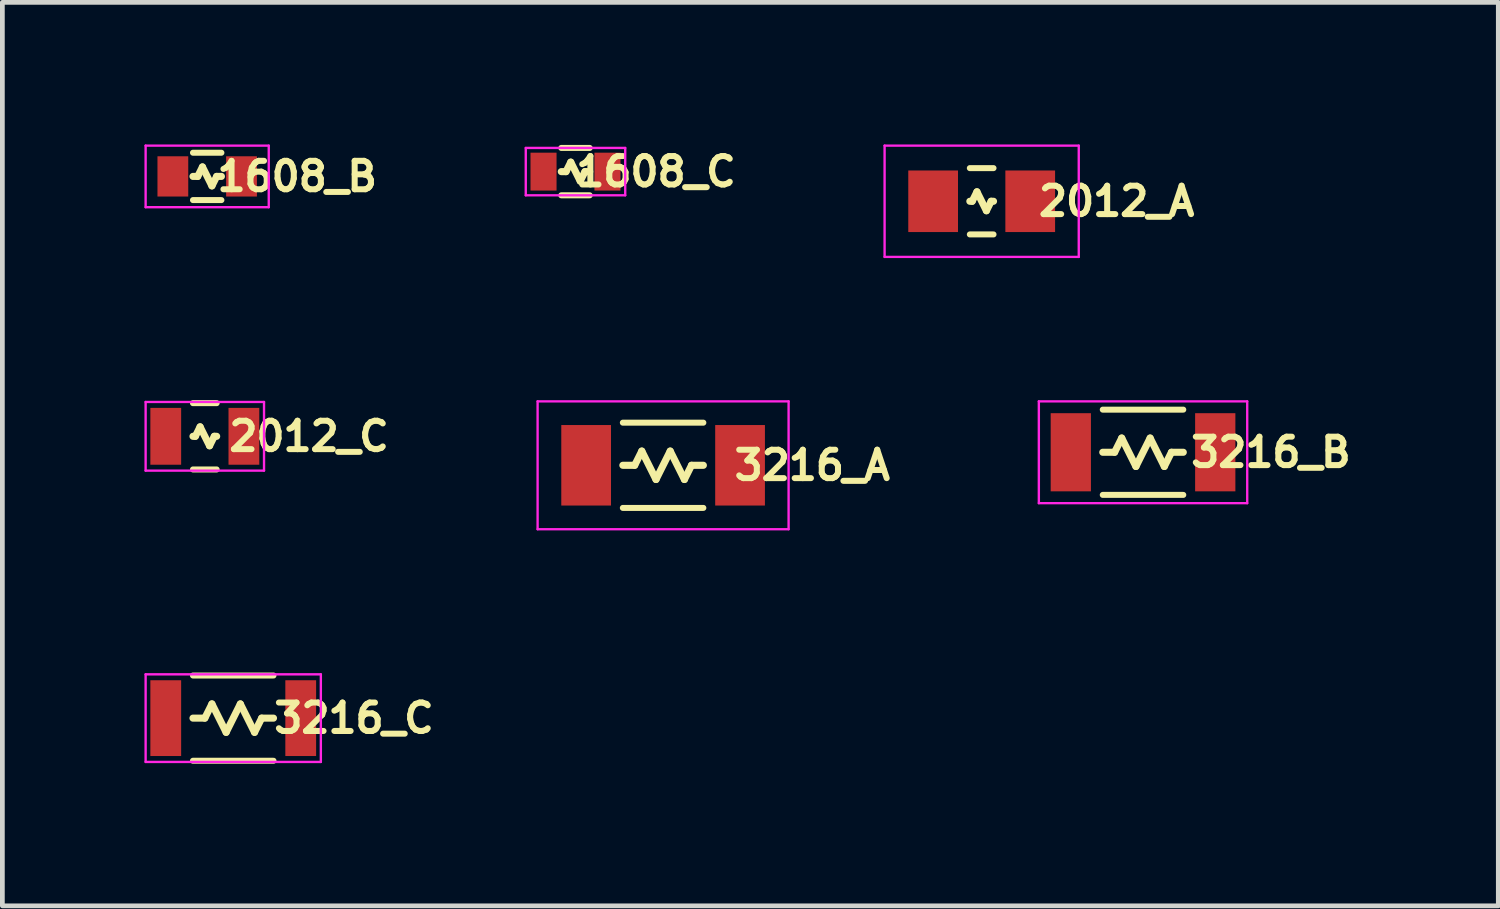
<source format=kicad_pcb>
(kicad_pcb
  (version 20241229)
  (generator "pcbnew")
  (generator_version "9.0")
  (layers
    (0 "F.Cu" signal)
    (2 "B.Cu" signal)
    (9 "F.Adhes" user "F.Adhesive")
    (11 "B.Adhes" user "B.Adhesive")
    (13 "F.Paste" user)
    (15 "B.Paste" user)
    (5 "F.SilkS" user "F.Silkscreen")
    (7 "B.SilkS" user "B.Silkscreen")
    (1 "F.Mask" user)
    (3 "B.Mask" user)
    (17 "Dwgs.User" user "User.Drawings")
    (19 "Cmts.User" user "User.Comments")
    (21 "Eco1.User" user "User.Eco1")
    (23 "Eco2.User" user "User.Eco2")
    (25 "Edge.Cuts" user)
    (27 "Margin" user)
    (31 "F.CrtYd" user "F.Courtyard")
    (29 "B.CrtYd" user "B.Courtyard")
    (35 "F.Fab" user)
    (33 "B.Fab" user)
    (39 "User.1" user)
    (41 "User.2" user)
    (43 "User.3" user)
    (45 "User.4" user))
  (footprint "1608_C"
    (layer "F.Cu")
    (at 9.102 0.574)
    (property "Reference" "1608_C" (at 1.7 0 180) (layer "F.SilkS") (effects (font (size 0.6 0.6) (thickness 0.127))))
    (attr smd)
    (fp_line (start -0.3 -0.5) (end 0.3 -0.5) (stroke (width 0.127) (type solid)) (layer "F.SilkS"))
    (fp_line (start -0.3 0) (end -0.2 0) (stroke (width 0.15) (type solid)) (layer "F.SilkS"))
    (fp_line (start -0.3 0.5) (end 0.3 0.5) (stroke (width 0.127) (type solid)) (layer "F.SilkS"))
    (fp_line (start -0.2 0) (end -0.1 -0.2) (stroke (width 0.15) (type solid)) (layer "F.SilkS"))
    (fp_line (start -0.1 -0.2) (end 0.1 0.2) (stroke (width 0.15) (type solid)) (layer "F.SilkS"))
    (fp_line (start 0.1 0.2) (end 0.2 0) (stroke (width 0.15) (type solid)) (layer "F.SilkS"))
    (fp_line (start 0.2 0) (end 0.3 0) (stroke (width 0.15) (type solid)) (layer "F.SilkS"))
    (fp_line (start -1.05 -0.5) (end 1.05 -0.5) (stroke (width 0.05) (type solid)) (layer "F.CrtYd"))
    (fp_line (start -1.05 0.5) (end -1.05 -0.5) (stroke (width 0.05) (type solid)) (layer "F.CrtYd"))
    (fp_line (start 1.05 -0.5) (end 1.05 0.5) (stroke (width 0.05) (type solid)) (layer "F.CrtYd"))
    (fp_line (start 1.05 0.5) (end -1.05 0.5) (stroke (width 0.05) (type solid)) (layer "F.CrtYd"))
    (pad "1" smd rect (at -0.675 0) (size 0.55 0.8) (layers "F.Cu" "F.Mask" "F.Paste"))
    (pad "2" smd rect (at 0.675 0) (size 0.55 0.8) (layers "F.Cu" "F.Mask" "F.Paste")))
  (footprint "2012_A"
    (layer "F.Cu")
    (at 17.679 1.2)
    (property "Reference" "2012_A" (at 2.85 0 0) (layer "F.SilkS") (effects (font (size 0.6 0.6) (thickness 0.127))))
    (attr smd)
    (fp_line (start -0.25 -0.7) (end 0.25 -0.7) (stroke (width 0.127) (type solid)) (layer "F.SilkS"))
    (fp_line (start -0.25 0) (end -0.2 0) (stroke (width 0.15) (type solid)) (layer "F.SilkS"))
    (fp_line (start -0.25 0.7) (end 0.25 0.7) (stroke (width 0.127) (type solid)) (layer "F.SilkS"))
    (fp_line (start -0.2 0) (end -0.1 -0.2) (stroke (width 0.15) (type solid)) (layer "F.SilkS"))
    (fp_line (start -0.1 -0.2) (end 0.1 0.2) (stroke (width 0.15) (type solid)) (layer "F.SilkS"))
    (fp_line (start 0.1 0.2) (end 0.2 0) (stroke (width 0.15) (type solid)) (layer "F.SilkS"))
    (fp_line (start 0.2 0) (end 0.25 0) (stroke (width 0.15) (type solid)) (layer "F.SilkS"))
    (fp_line (start -2.05 -1.175) (end 2.05 -1.175) (stroke (width 0.05) (type solid)) (layer "F.CrtYd"))
    (fp_line (start -2.05 1.175) (end -2.05 -1.175) (stroke (width 0.05) (type solid)) (layer "F.CrtYd"))
    (fp_line (start 2.05 -1.175) (end 2.05 1.175) (stroke (width 0.05) (type solid)) (layer "F.CrtYd"))
    (fp_line (start 2.05 1.175) (end -2.05 1.175) (stroke (width 0.05) (type solid)) (layer "F.CrtYd"))
    (pad "1" smd rect (at -1.025 0) (size 1.05 1.3) (layers "F.Cu" "F.Mask" "F.Paste"))
    (pad "2" smd rect (at 1.025 0) (size 1.05 1.3) (layers "F.Cu" "F.Mask" "F.Paste")))
  (footprint "2012_C"
    (layer "F.Cu")
    (at 1.275 6.163)
    (property "Reference" "2012_C" (at 2.2 0 0) (layer "F.SilkS") (effects (font (size 0.6 0.6) (thickness 0.127))))
    (attr smd)
    (fp_line (start -0.25 -0.7) (end 0.25 -0.7) (stroke (width 0.127) (type solid)) (layer "F.SilkS"))
    (fp_line (start -0.25 0) (end -0.2 0) (stroke (width 0.15) (type solid)) (layer "F.SilkS"))
    (fp_line (start -0.25 0.7) (end 0.25 0.7) (stroke (width 0.127) (type solid)) (layer "F.SilkS"))
    (fp_line (start -0.2 0) (end -0.1 -0.2) (stroke (width 0.15) (type solid)) (layer "F.SilkS"))
    (fp_line (start -0.1 -0.2) (end 0.1 0.2) (stroke (width 0.15) (type solid)) (layer "F.SilkS"))
    (fp_line (start 0.1 0.2) (end 0.2 0) (stroke (width 0.15) (type solid)) (layer "F.SilkS"))
    (fp_line (start 0.2 0) (end 0.25 0) (stroke (width 0.15) (type solid)) (layer "F.SilkS"))
    (fp_line (start -1.25 -0.725) (end 1.25 -0.725) (stroke (width 0.05) (type solid)) (layer "F.CrtYd"))
    (fp_line (start -1.25 0.725) (end -1.25 -0.725) (stroke (width 0.05) (type solid)) (layer "F.CrtYd"))
    (fp_line (start 1.25 -0.725) (end 1.25 0.725) (stroke (width 0.05) (type solid)) (layer "F.CrtYd"))
    (fp_line (start 1.25 0.725) (end -1.25 0.725) (stroke (width 0.05) (type solid)) (layer "F.CrtYd"))
    (pad "1" smd rect (at -0.825 0) (size 0.65 1.2) (layers "F.Cu" "F.Mask" "F.Paste"))
    (pad "2" smd rect (at 0.825 0) (size 0.65 1.2) (layers "F.Cu" "F.Mask" "F.Paste")))
  (footprint "3216_A"
    (layer "F.Cu")
    (at 10.952 6.775)
    (property "Reference" "3216_A" (at 3.15 0 180) (layer "F.SilkS") (effects (font (size 0.6 0.6) (thickness 0.127))))
    (attr smd)
    (fp_line (start -0.85 -0.9) (end 0.85 -0.9) (stroke (width 0.127) (type solid)) (layer "F.SilkS"))
    (fp_line (start -0.85 0) (end -0.6 0) (stroke (width 0.15) (type solid)) (layer "F.SilkS"))
    (fp_line (start -0.85 0.9) (end 0.85 0.9) (stroke (width 0.127) (type solid)) (layer "F.SilkS"))
    (fp_line (start -0.6 0) (end -0.45 -0.3) (stroke (width 0.15) (type solid)) (layer "F.SilkS"))
    (fp_line (start -0.45 -0.3) (end -0.15 0.3) (stroke (width 0.15) (type solid)) (layer "F.SilkS"))
    (fp_line (start -0.15 0.3) (end 0.15 -0.3) (stroke (width 0.15) (type solid)) (layer "F.SilkS"))
    (fp_line (start 0.15 -0.3) (end 0.45 0.3) (stroke (width 0.15) (type solid)) (layer "F.SilkS"))
    (fp_line (start 0.45 0.3) (end 0.6 0) (stroke (width 0.15) (type solid)) (layer "F.SilkS"))
    (fp_line (start 0.6 0) (end 0.85 0) (stroke (width 0.15) (type solid)) (layer "F.SilkS"))
    (fp_line (start -2.65 -1.35) (end -2.65 1.35) (stroke (width 0.05) (type solid)) (layer "F.CrtYd"))
    (fp_line (start -2.65 -1.35) (end 2.65 -1.35) (stroke (width 0.05) (type solid)) (layer "F.CrtYd"))
    (fp_line (start 2.65 -1.35) (end 2.65 1.35) (stroke (width 0.05) (type solid)) (layer "F.CrtYd"))
    (fp_line (start 2.65 1.35) (end -2.65 1.35) (stroke (width 0.05) (type solid)) (layer "F.CrtYd"))
    (pad "1" smd rect (at -1.625 0) (size 1.05 1.7) (layers "F.Cu" "F.Mask" "F.Paste"))
    (pad "2" smd rect (at 1.625 0) (size 1.05 1.7) (layers "F.Cu" "F.Mask" "F.Paste")))
  (footprint "3216_C"
    (layer "F.Cu")
    (at 1.875 12.114)
    (property "Reference" "3216_C" (at 2.55 0 180) (layer "F.SilkS") (effects (font (size 0.6 0.6) (thickness 0.127))))
    (attr smd)
    (fp_line (start -0.85 -0.9) (end 0.85 -0.9) (stroke (width 0.127) (type solid)) (layer "F.SilkS"))
    (fp_line (start -0.85 0) (end -0.6 0) (stroke (width 0.15) (type solid)) (layer "F.SilkS"))
    (fp_line (start -0.85 0.9) (end 0.85 0.9) (stroke (width 0.127) (type solid)) (layer "F.SilkS"))
    (fp_line (start -0.6 0) (end -0.45 -0.3) (stroke (width 0.15) (type solid)) (layer "F.SilkS"))
    (fp_line (start -0.45 -0.3) (end -0.15 0.3) (stroke (width 0.15) (type solid)) (layer "F.SilkS"))
    (fp_line (start -0.15 0.3) (end 0.15 -0.3) (stroke (width 0.15) (type solid)) (layer "F.SilkS"))
    (fp_line (start 0.15 -0.3) (end 0.45 0.3) (stroke (width 0.15) (type solid)) (layer "F.SilkS"))
    (fp_line (start 0.45 0.3) (end 0.6 0) (stroke (width 0.15) (type solid)) (layer "F.SilkS"))
    (fp_line (start 0.6 0) (end 0.85 0) (stroke (width 0.15) (type solid)) (layer "F.SilkS"))
    (fp_line (start -1.85 -0.925) (end -1.85 0.925) (stroke (width 0.05) (type solid)) (layer "F.CrtYd"))
    (fp_line (start -1.85 -0.925) (end 1.85 -0.925) (stroke (width 0.05) (type solid)) (layer "F.CrtYd"))
    (fp_line (start 1.85 -0.925) (end 1.85 0.925) (stroke (width 0.05) (type solid)) (layer "F.CrtYd"))
    (fp_line (start 1.85 0.925) (end -1.85 0.925) (stroke (width 0.05) (type solid)) (layer "F.CrtYd"))
    (pad "1" smd rect (at -1.425 0) (size 0.65 1.6) (layers "F.Cu" "F.Mask" "F.Paste"))
    (pad "2" smd rect (at 1.425 0) (size 0.65 1.6) (layers "F.Cu" "F.Mask" "F.Paste")))
  (footprint "3216_B"
    (layer "F.Cu")
    (at 21.086 6.5)
    (property "Reference" "3216_B" (at 2.7 0 180) (layer "F.SilkS") (effects (font (size 0.6 0.6) (thickness 0.127))))
    (attr smd)
    (fp_line (start -0.85 -0.9) (end 0.85 -0.9) (stroke (width 0.127) (type solid)) (layer "F.SilkS"))
    (fp_line (start -0.85 0) (end -0.6 0) (stroke (width 0.15) (type solid)) (layer "F.SilkS"))
    (fp_line (start -0.85 0.9) (end 0.85 0.9) (stroke (width 0.127) (type solid)) (layer "F.SilkS"))
    (fp_line (start -0.6 0) (end -0.45 -0.3) (stroke (width 0.15) (type solid)) (layer "F.SilkS"))
    (fp_line (start -0.45 -0.3) (end -0.15 0.3) (stroke (width 0.15) (type solid)) (layer "F.SilkS"))
    (fp_line (start -0.15 0.3) (end 0.15 -0.3) (stroke (width 0.15) (type solid)) (layer "F.SilkS"))
    (fp_line (start 0.15 -0.3) (end 0.45 0.3) (stroke (width 0.15) (type solid)) (layer "F.SilkS"))
    (fp_line (start 0.45 0.3) (end 0.6 0) (stroke (width 0.15) (type solid)) (layer "F.SilkS"))
    (fp_line (start 0.6 0) (end 0.85 0) (stroke (width 0.15) (type solid)) (layer "F.SilkS"))
    (fp_line (start -2.2 -1.075) (end -2.2 1.075) (stroke (width 0.05) (type solid)) (layer "F.CrtYd"))
    (fp_line (start -2.2 -1.075) (end 2.2 -1.075) (stroke (width 0.05) (type solid)) (layer "F.CrtYd"))
    (fp_line (start 2.2 -1.075) (end 2.2 1.075) (stroke (width 0.05) (type solid)) (layer "F.CrtYd"))
    (fp_line (start 2.2 1.075) (end -2.2 1.075) (stroke (width 0.05) (type solid)) (layer "F.CrtYd"))
    (pad "1" smd rect (at -1.525 0) (size 0.85 1.65) (layers "F.Cu" "F.Mask" "F.Paste"))
    (pad "2" smd rect (at 1.525 0) (size 0.85 1.65) (layers "F.Cu" "F.Mask" "F.Paste")))
  (footprint "1608_B"
    (layer "F.Cu")
    (at 1.325 0.675)
    (property "Reference" "1608_B" (at 1.9 0 0) (layer "F.SilkS") (effects (font (size 0.6 0.6) (thickness 0.127))))
    (attr smd)
    (fp_line (start -0.3 -0.5) (end 0.3 -0.5) (stroke (width 0.127) (type solid)) (layer "F.SilkS"))
    (fp_line (start -0.3 0) (end -0.2 0) (stroke (width 0.15) (type solid)) (layer "F.SilkS"))
    (fp_line (start -0.3 0.5) (end 0.3 0.5) (stroke (width 0.127) (type solid)) (layer "F.SilkS"))
    (fp_line (start -0.2 0) (end -0.1 -0.2) (stroke (width 0.15) (type solid)) (layer "F.SilkS"))
    (fp_line (start -0.1 -0.2) (end 0.1 0.2) (stroke (width 0.15) (type solid)) (layer "F.SilkS"))
    (fp_line (start 0.1 0.2) (end 0.2 0) (stroke (width 0.15) (type solid)) (layer "F.SilkS"))
    (fp_line (start 0.2 0) (end 0.3 0) (stroke (width 0.15) (type solid)) (layer "F.SilkS"))
    (fp_line (start -1.3 -0.65) (end 1.3 -0.65) (stroke (width 0.05) (type solid)) (layer "F.CrtYd"))
    (fp_line (start -1.3 0.65) (end -1.3 -0.65) (stroke (width 0.05) (type solid)) (layer "F.CrtYd"))
    (fp_line (start 1.3 -0.65) (end 1.3 0.65) (stroke (width 0.05) (type solid)) (layer "F.CrtYd"))
    (fp_line (start 1.3 0.65) (end -1.3 0.65) (stroke (width 0.05) (type solid)) (layer "F.CrtYd"))
    (pad "1" smd rect (at -0.725 0) (size 0.65 0.85) (layers "F.Cu" "F.Mask" "F.Paste"))
    (pad "2" smd rect (at 0.725 0) (size 0.65 0.85) (layers "F.Cu" "F.Mask" "F.Paste")))
  (gr_rect
    (start -3 -3)
    (end 28.588 16.077)
    (stroke (width 0.1) (type default))
    (fill no)
    (layer "Edge.Cuts")))
</source>
